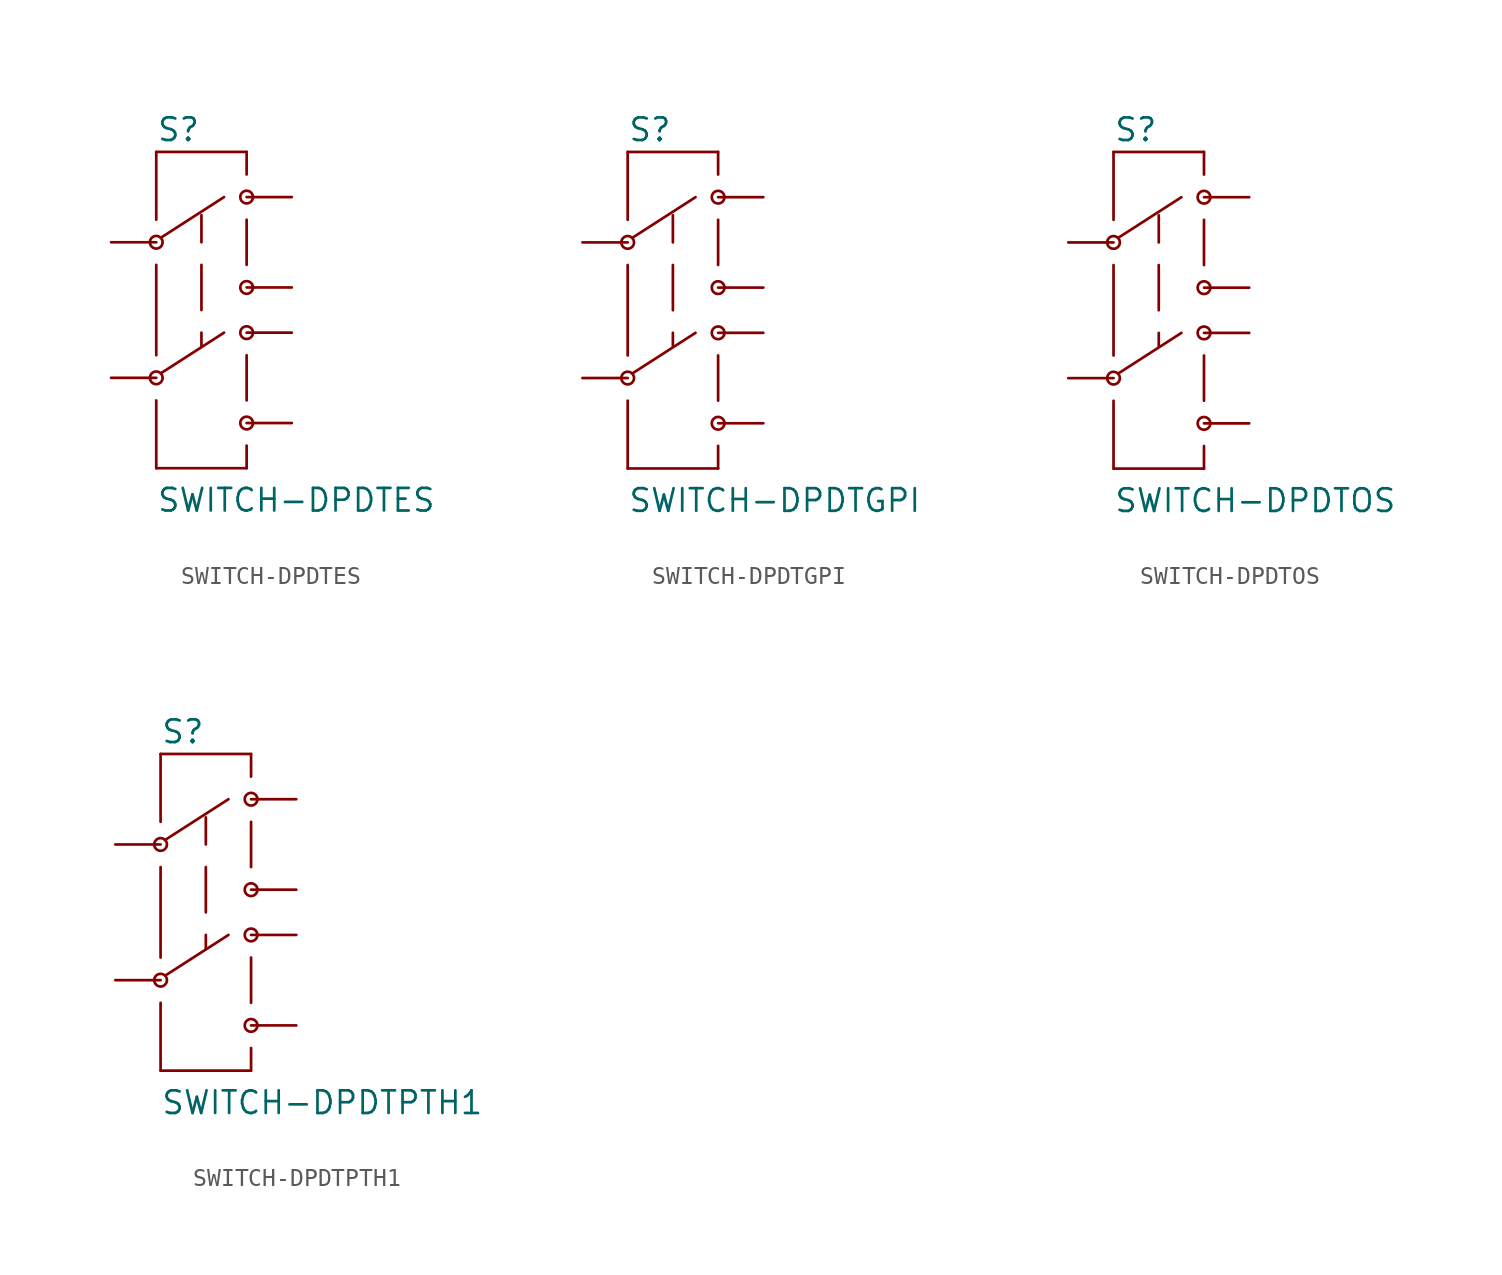
<source format=kicad_sym>
(kicad_symbol_lib
  (version 20211014)
  (generator kicad_symbol_editor)
  (symbol "SWITCH-DPDTES"
    (pin_numbers hide)
    (pin_names
      (offset 1.016) hide)
    (property "Reference" "S"
      (at -2.54 8.128 0)
      (effects (font (size 1.27 1.27)) (justify left bottom)))
    (property "Value" "SWITCH-DPDTES"
      (at -2.54 -12.7 0)
      (effects (font (size 1.27 1.27)) (justify left bottom)))
    (property "ki_locked" ""
      (at 0 0 0)
      (effects (font (size 1.27 1.27))))
    (symbol "SWITCH-DPDTES_1_0"
      (polyline (pts (xy -2.54 -10.16) (xy 2.54 -10.16)) (stroke (width 0) (type default) (color 0 0 0 0)) (fill (type none)))
      (polyline (pts (xy -2.54 -6.35) (xy -2.54 -10.16)) (stroke (width 0) (type default) (color 0 0 0 0)) (fill (type none)))
      (polyline (pts (xy -2.54 1.27) (xy -2.54 -3.81)) (stroke (width 0) (type default) (color 0 0 0 0)) (fill (type none)))
      (polyline (pts (xy -2.54 7.62) (xy -2.54 3.81)) (stroke (width 0) (type default) (color 0 0 0 0)) (fill (type none)))
      (polyline (pts (xy -2.286 -4.826) (xy 1.27 -2.54)) (stroke (width 0) (type default) (color 0 0 0 0)) (fill (type none)))
      (polyline (pts (xy 0 -2.54) (xy 0 -3.302)) (stroke (width 0) (type default) (color 0 0 0 0)) (fill (type none)))
      (polyline (pts (xy 0 1.27) (xy 0 -1.27)) (stroke (width 0) (type default) (color 0 0 0 0)) (fill (type none)))
      (polyline (pts (xy 0 4.064) (xy 0 2.54)) (stroke (width 0) (type default) (color 0 0 0 0)) (fill (type none)))
      (polyline (pts (xy 1.27 5.08) (xy -2.286 2.794)) (stroke (width 0) (type default) (color 0 0 0 0)) (fill (type none)))
      (polyline (pts (xy 2.54 -10.16) (xy 2.54 -8.89)) (stroke (width 0) (type default) (color 0 0 0 0)) (fill (type none)))
      (polyline (pts (xy 2.54 -6.35) (xy 2.54 -3.81)) (stroke (width 0) (type default) (color 0 0 0 0)) (fill (type none)))
      (polyline (pts (xy 2.54 3.81) (xy 2.54 1.27)) (stroke (width 0) (type default) (color 0 0 0 0)) (fill (type none)))
      (polyline (pts (xy 2.54 6.35) (xy 2.54 7.62)) (stroke (width 0) (type default) (color 0 0 0 0)) (fill (type none)))
      (polyline (pts (xy 2.54 7.62) (xy -2.54 7.62)) (stroke (width 0) (type default) (color 0 0 0 0)) (fill (type none))))
    (symbol "SWITCH-DPDTES_1_1"
      (circle (center -2.54 -5.08) (radius 0.356) (stroke (width 0) (type default) (color 0 0 0 0)) (fill (type none)))
      (circle (center -2.54 2.54) (radius 0.356) (stroke (width 0) (type default) (color 0 0 0 0)) (fill (type none)))
      (circle (center 2.54 -7.62) (radius 0.356) (stroke (width 0) (type default) (color 0 0 0 0)) (fill (type none)))
      (circle (center 2.54 -2.54) (radius 0.356) (stroke (width 0) (type default) (color 0 0 0 0)) (fill (type none)))
      (circle (center 2.54 0) (radius 0.356) (stroke (width 0) (type default) (color 0 0 0 0)) (fill (type none)))
      (circle (center 2.54 5.08) (radius 0.356) (stroke (width 0) (type default) (color 0 0 0 0)) (fill (type none)))
      (pin bidirectional line (at 5.08 5.08 180) (length 2.54) (name "1" (effects (font (size 1.016 1.016)))) (number "1" (effects (font (size 1.016 1.016)))))
      (pin bidirectional line (at -5.08 2.54 0) (length 2.54) (name "2" (effects (font (size 1.016 1.016)))) (number "2" (effects (font (size 1.016 1.016)))))
      (pin bidirectional line (at 5.08 0 180) (length 2.54) (name "3" (effects (font (size 1.016 1.016)))) (number "3" (effects (font (size 1.016 1.016)))))
      (pin bidirectional line (at 5.08 -2.54 180) (length 2.54) (name "4" (effects (font (size 1.016 1.016)))) (number "4" (effects (font (size 1.016 1.016)))))
      (pin bidirectional line (at -5.08 -5.08 0) (length 2.54) (name "5" (effects (font (size 1.016 1.016)))) (number "5" (effects (font (size 1.016 1.016)))))
      (pin bidirectional line (at 5.08 -7.62 180) (length 2.54) (name "6" (effects (font (size 1.016 1.016)))) (number "6" (effects (font (size 1.016 1.016)))))))
  (symbol "SWITCH-DPDTGPI"
    (pin_numbers hide)
    (pin_names
      (offset 1.016) hide)
    (property "Reference" "S"
      (at -2.54 8.128 0)
      (effects (font (size 1.27 1.27)) (justify left bottom)))
    (property "Value" "SWITCH-DPDTGPI"
      (at -2.54 -12.7 0)
      (effects (font (size 1.27 1.27)) (justify left bottom)))
    (property "ki_locked" ""
      (at 0 0 0)
      (effects (font (size 1.27 1.27))))
    (symbol "SWITCH-DPDTGPI_1_0"
      (polyline (pts (xy -2.54 -10.16) (xy 2.54 -10.16)) (stroke (width 0) (type default) (color 0 0 0 0)) (fill (type none)))
      (polyline (pts (xy -2.54 -6.35) (xy -2.54 -10.16)) (stroke (width 0) (type default) (color 0 0 0 0)) (fill (type none)))
      (polyline (pts (xy -2.54 1.27) (xy -2.54 -3.81)) (stroke (width 0) (type default) (color 0 0 0 0)) (fill (type none)))
      (polyline (pts (xy -2.54 7.62) (xy -2.54 3.81)) (stroke (width 0) (type default) (color 0 0 0 0)) (fill (type none)))
      (polyline (pts (xy -2.286 -4.826) (xy 1.27 -2.54)) (stroke (width 0) (type default) (color 0 0 0 0)) (fill (type none)))
      (polyline (pts (xy 0 -2.54) (xy 0 -3.302)) (stroke (width 0) (type default) (color 0 0 0 0)) (fill (type none)))
      (polyline (pts (xy 0 1.27) (xy 0 -1.27)) (stroke (width 0) (type default) (color 0 0 0 0)) (fill (type none)))
      (polyline (pts (xy 0 4.064) (xy 0 2.54)) (stroke (width 0) (type default) (color 0 0 0 0)) (fill (type none)))
      (polyline (pts (xy 1.27 5.08) (xy -2.286 2.794)) (stroke (width 0) (type default) (color 0 0 0 0)) (fill (type none)))
      (polyline (pts (xy 2.54 -10.16) (xy 2.54 -8.89)) (stroke (width 0) (type default) (color 0 0 0 0)) (fill (type none)))
      (polyline (pts (xy 2.54 -6.35) (xy 2.54 -3.81)) (stroke (width 0) (type default) (color 0 0 0 0)) (fill (type none)))
      (polyline (pts (xy 2.54 3.81) (xy 2.54 1.27)) (stroke (width 0) (type default) (color 0 0 0 0)) (fill (type none)))
      (polyline (pts (xy 2.54 6.35) (xy 2.54 7.62)) (stroke (width 0) (type default) (color 0 0 0 0)) (fill (type none)))
      (polyline (pts (xy 2.54 7.62) (xy -2.54 7.62)) (stroke (width 0) (type default) (color 0 0 0 0)) (fill (type none))))
    (symbol "SWITCH-DPDTGPI_1_1"
      (circle (center -2.54 -5.08) (radius 0.356) (stroke (width 0) (type default) (color 0 0 0 0)) (fill (type none)))
      (circle (center -2.54 2.54) (radius 0.356) (stroke (width 0) (type default) (color 0 0 0 0)) (fill (type none)))
      (circle (center 2.54 -7.62) (radius 0.356) (stroke (width 0) (type default) (color 0 0 0 0)) (fill (type none)))
      (circle (center 2.54 -2.54) (radius 0.356) (stroke (width 0) (type default) (color 0 0 0 0)) (fill (type none)))
      (circle (center 2.54 0) (radius 0.356) (stroke (width 0) (type default) (color 0 0 0 0)) (fill (type none)))
      (circle (center 2.54 5.08) (radius 0.356) (stroke (width 0) (type default) (color 0 0 0 0)) (fill (type none)))
      (pin bidirectional line (at 5.08 5.08 180) (length 2.54) (name "1" (effects (font (size 1.016 1.016)))) (number "10" (effects (font (size 1.016 1.016)))))
      (pin bidirectional line (at 5.08 -2.54 180) (length 2.54) (name "4" (effects (font (size 1.016 1.016)))) (number "11" (effects (font (size 1.016 1.016)))))
      (pin bidirectional line (at 5.08 0 180) (length 2.54) (name "3" (effects (font (size 1.016 1.016)))) (number "20" (effects (font (size 1.016 1.016)))))
      (pin bidirectional line (at 5.08 -7.62 180) (length 2.54) (name "6" (effects (font (size 1.016 1.016)))) (number "21" (effects (font (size 1.016 1.016)))))
      (pin bidirectional line (at -5.08 2.54 0) (length 2.54) (name "2" (effects (font (size 1.016 1.016)))) (number "C@1" (effects (font (size 1.016 1.016)))))
      (pin bidirectional line (at -5.08 -5.08 0) (length 2.54) (name "5" (effects (font (size 1.016 1.016)))) (number "C@2" (effects (font (size 1.016 1.016)))))))
  (symbol "SWITCH-DPDTOS"
    (pin_numbers hide)
    (pin_names
      (offset 1.016) hide)
    (property "Reference" "S"
      (at -2.54 8.128 0)
      (effects (font (size 1.27 1.27)) (justify left bottom)))
    (property "Value" "SWITCH-DPDTOS"
      (at -2.54 -12.7 0)
      (effects (font (size 1.27 1.27)) (justify left bottom)))
    (property "ki_locked" ""
      (at 0 0 0)
      (effects (font (size 1.27 1.27))))
    (symbol "SWITCH-DPDTOS_1_0"
      (polyline (pts (xy -2.54 -10.16) (xy 2.54 -10.16)) (stroke (width 0) (type default) (color 0 0 0 0)) (fill (type none)))
      (polyline (pts (xy -2.54 -6.35) (xy -2.54 -10.16)) (stroke (width 0) (type default) (color 0 0 0 0)) (fill (type none)))
      (polyline (pts (xy -2.54 1.27) (xy -2.54 -3.81)) (stroke (width 0) (type default) (color 0 0 0 0)) (fill (type none)))
      (polyline (pts (xy -2.54 7.62) (xy -2.54 3.81)) (stroke (width 0) (type default) (color 0 0 0 0)) (fill (type none)))
      (polyline (pts (xy -2.286 -4.826) (xy 1.27 -2.54)) (stroke (width 0) (type default) (color 0 0 0 0)) (fill (type none)))
      (polyline (pts (xy 0 -2.54) (xy 0 -3.302)) (stroke (width 0) (type default) (color 0 0 0 0)) (fill (type none)))
      (polyline (pts (xy 0 1.27) (xy 0 -1.27)) (stroke (width 0) (type default) (color 0 0 0 0)) (fill (type none)))
      (polyline (pts (xy 0 4.064) (xy 0 2.54)) (stroke (width 0) (type default) (color 0 0 0 0)) (fill (type none)))
      (polyline (pts (xy 1.27 5.08) (xy -2.286 2.794)) (stroke (width 0) (type default) (color 0 0 0 0)) (fill (type none)))
      (polyline (pts (xy 2.54 -10.16) (xy 2.54 -8.89)) (stroke (width 0) (type default) (color 0 0 0 0)) (fill (type none)))
      (polyline (pts (xy 2.54 -6.35) (xy 2.54 -3.81)) (stroke (width 0) (type default) (color 0 0 0 0)) (fill (type none)))
      (polyline (pts (xy 2.54 3.81) (xy 2.54 1.27)) (stroke (width 0) (type default) (color 0 0 0 0)) (fill (type none)))
      (polyline (pts (xy 2.54 6.35) (xy 2.54 7.62)) (stroke (width 0) (type default) (color 0 0 0 0)) (fill (type none)))
      (polyline (pts (xy 2.54 7.62) (xy -2.54 7.62)) (stroke (width 0) (type default) (color 0 0 0 0)) (fill (type none))))
    (symbol "SWITCH-DPDTOS_1_1"
      (circle (center -2.54 -5.08) (radius 0.356) (stroke (width 0) (type default) (color 0 0 0 0)) (fill (type none)))
      (circle (center -2.54 2.54) (radius 0.356) (stroke (width 0) (type default) (color 0 0 0 0)) (fill (type none)))
      (circle (center 2.54 -7.62) (radius 0.356) (stroke (width 0) (type default) (color 0 0 0 0)) (fill (type none)))
      (circle (center 2.54 -2.54) (radius 0.356) (stroke (width 0) (type default) (color 0 0 0 0)) (fill (type none)))
      (circle (center 2.54 0) (radius 0.356) (stroke (width 0) (type default) (color 0 0 0 0)) (fill (type none)))
      (circle (center 2.54 5.08) (radius 0.356) (stroke (width 0) (type default) (color 0 0 0 0)) (fill (type none)))
      (pin bidirectional line (at 5.08 5.08 180) (length 2.54) (name "1" (effects (font (size 1.016 1.016)))) (number "1" (effects (font (size 1.016 1.016)))))
      (pin bidirectional line (at -5.08 2.54 0) (length 2.54) (name "2" (effects (font (size 1.016 1.016)))) (number "2" (effects (font (size 1.016 1.016)))))
      (pin bidirectional line (at 5.08 0 180) (length 2.54) (name "3" (effects (font (size 1.016 1.016)))) (number "3" (effects (font (size 1.016 1.016)))))
      (pin bidirectional line (at 5.08 -2.54 180) (length 2.54) (name "4" (effects (font (size 1.016 1.016)))) (number "4" (effects (font (size 1.016 1.016)))))
      (pin bidirectional line (at -5.08 -5.08 0) (length 2.54) (name "5" (effects (font (size 1.016 1.016)))) (number "5" (effects (font (size 1.016 1.016)))))
      (pin bidirectional line (at 5.08 -7.62 180) (length 2.54) (name "6" (effects (font (size 1.016 1.016)))) (number "6" (effects (font (size 1.016 1.016)))))))
  (symbol "SWITCH-DPDTPTH1"
    (pin_numbers hide)
    (pin_names
      (offset 1.016) hide)
    (property "Reference" "S"
      (at -2.54 8.128 0)
      (effects (font (size 1.27 1.27)) (justify left bottom)))
    (property "Value" "SWITCH-DPDTPTH1"
      (at -2.54 -12.7 0)
      (effects (font (size 1.27 1.27)) (justify left bottom)))
    (property "ki_locked" ""
      (at 0 0 0)
      (effects (font (size 1.27 1.27))))
    (symbol "SWITCH-DPDTPTH1_1_0"
      (polyline (pts (xy -2.54 -10.16) (xy 2.54 -10.16)) (stroke (width 0) (type default) (color 0 0 0 0)) (fill (type none)))
      (polyline (pts (xy -2.54 -6.35) (xy -2.54 -10.16)) (stroke (width 0) (type default) (color 0 0 0 0)) (fill (type none)))
      (polyline (pts (xy -2.54 1.27) (xy -2.54 -3.81)) (stroke (width 0) (type default) (color 0 0 0 0)) (fill (type none)))
      (polyline (pts (xy -2.54 7.62) (xy -2.54 3.81)) (stroke (width 0) (type default) (color 0 0 0 0)) (fill (type none)))
      (polyline (pts (xy -2.286 -4.826) (xy 1.27 -2.54)) (stroke (width 0) (type default) (color 0 0 0 0)) (fill (type none)))
      (polyline (pts (xy 0 -2.54) (xy 0 -3.302)) (stroke (width 0) (type default) (color 0 0 0 0)) (fill (type none)))
      (polyline (pts (xy 0 1.27) (xy 0 -1.27)) (stroke (width 0) (type default) (color 0 0 0 0)) (fill (type none)))
      (polyline (pts (xy 0 4.064) (xy 0 2.54)) (stroke (width 0) (type default) (color 0 0 0 0)) (fill (type none)))
      (polyline (pts (xy 1.27 5.08) (xy -2.286 2.794)) (stroke (width 0) (type default) (color 0 0 0 0)) (fill (type none)))
      (polyline (pts (xy 2.54 -10.16) (xy 2.54 -8.89)) (stroke (width 0) (type default) (color 0 0 0 0)) (fill (type none)))
      (polyline (pts (xy 2.54 -6.35) (xy 2.54 -3.81)) (stroke (width 0) (type default) (color 0 0 0 0)) (fill (type none)))
      (polyline (pts (xy 2.54 3.81) (xy 2.54 1.27)) (stroke (width 0) (type default) (color 0 0 0 0)) (fill (type none)))
      (polyline (pts (xy 2.54 6.35) (xy 2.54 7.62)) (stroke (width 0) (type default) (color 0 0 0 0)) (fill (type none)))
      (polyline (pts (xy 2.54 7.62) (xy -2.54 7.62)) (stroke (width 0) (type default) (color 0 0 0 0)) (fill (type none))))
    (symbol "SWITCH-DPDTPTH1_1_1"
      (circle (center -2.54 -5.08) (radius 0.356) (stroke (width 0) (type default) (color 0 0 0 0)) (fill (type none)))
      (circle (center -2.54 2.54) (radius 0.356) (stroke (width 0) (type default) (color 0 0 0 0)) (fill (type none)))
      (circle (center 2.54 -7.62) (radius 0.356) (stroke (width 0) (type default) (color 0 0 0 0)) (fill (type none)))
      (circle (center 2.54 -2.54) (radius 0.356) (stroke (width 0) (type default) (color 0 0 0 0)) (fill (type none)))
      (circle (center 2.54 0) (radius 0.356) (stroke (width 0) (type default) (color 0 0 0 0)) (fill (type none)))
      (circle (center 2.54 5.08) (radius 0.356) (stroke (width 0) (type default) (color 0 0 0 0)) (fill (type none)))
      (pin bidirectional line (at 5.08 5.08 180) (length 2.54) (name "1" (effects (font (size 1.016 1.016)))) (number "1" (effects (font (size 1.016 1.016)))))
      (pin bidirectional line (at -5.08 2.54 0) (length 2.54) (name "2" (effects (font (size 1.016 1.016)))) (number "2" (effects (font (size 1.016 1.016)))))
      (pin bidirectional line (at 5.08 0 180) (length 2.54) (name "3" (effects (font (size 1.016 1.016)))) (number "3" (effects (font (size 1.016 1.016)))))
      (pin bidirectional line (at 5.08 -2.54 180) (length 2.54) (name "4" (effects (font (size 1.016 1.016)))) (number "4" (effects (font (size 1.016 1.016)))))
      (pin bidirectional line (at -5.08 -5.08 0) (length 2.54) (name "5" (effects (font (size 1.016 1.016)))) (number "5" (effects (font (size 1.016 1.016)))))
      (pin bidirectional line (at 5.08 -7.62 180) (length 2.54) (name "6" (effects (font (size 1.016 1.016)))) (number "6" (effects (font (size 1.016 1.016))))))))
</source>
